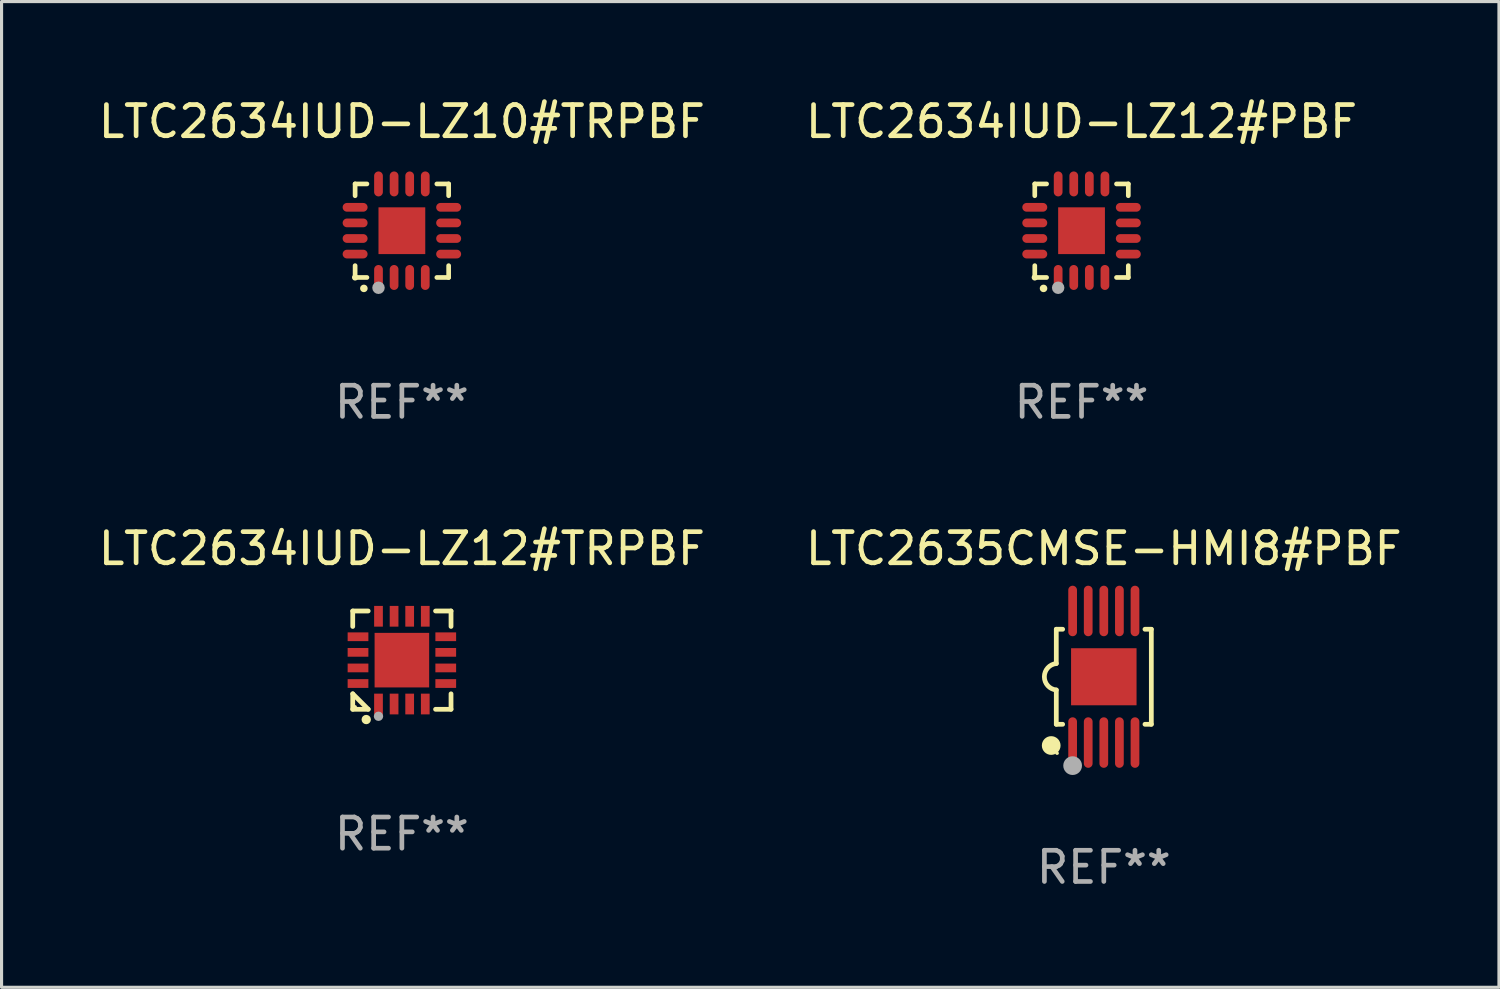
<source format=kicad_pcb>
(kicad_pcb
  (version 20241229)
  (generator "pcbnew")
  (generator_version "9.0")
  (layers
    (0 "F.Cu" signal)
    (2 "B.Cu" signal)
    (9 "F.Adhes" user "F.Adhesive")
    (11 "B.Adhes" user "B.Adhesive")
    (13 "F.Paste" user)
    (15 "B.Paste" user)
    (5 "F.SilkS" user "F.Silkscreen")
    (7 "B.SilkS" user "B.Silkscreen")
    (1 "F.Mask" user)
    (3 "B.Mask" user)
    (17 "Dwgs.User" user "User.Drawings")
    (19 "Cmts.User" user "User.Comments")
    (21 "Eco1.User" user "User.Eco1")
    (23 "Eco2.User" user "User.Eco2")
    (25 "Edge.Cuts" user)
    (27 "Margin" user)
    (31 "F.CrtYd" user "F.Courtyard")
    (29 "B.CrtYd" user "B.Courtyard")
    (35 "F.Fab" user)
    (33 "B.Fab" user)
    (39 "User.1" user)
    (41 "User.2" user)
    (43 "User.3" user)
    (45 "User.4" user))
  (footprint "LTC2634IUD-LZ12#PBF"
    (layer "F.Cu")
    (at 31.637 4.349)
    (property "Reference" "LTC2634IUD-LZ12#PBF" (at 0 -3.5 0) (layer "F.SilkS") (effects (font (size 1 1) (thickness 0.15))))
    (attr through_hole)
    (fp_line (start -1.5 -1.5) (end -1.121 -1.5) (stroke (width 0.15) (type solid)) (layer "F.SilkS"))
    (fp_line (start -1.5 -1.122) (end -1.5 -1.5) (stroke (width 0.15) (type solid)) (layer "F.SilkS"))
    (fp_line (start -1.5 1.5) (end -1.5 1.121) (stroke (width 0.15) (type solid)) (layer "F.SilkS"))
    (fp_line (start -1.121 1.5) (end -1.5 1.5) (stroke (width 0.15) (type solid)) (layer "F.SilkS"))
    (fp_line (start 1.121 -1.5) (end 1.5 -1.5) (stroke (width 0.15) (type solid)) (layer "F.SilkS"))
    (fp_line (start 1.5 -1.5) (end 1.5 -1.122) (stroke (width 0.15) (type solid)) (layer "F.SilkS"))
    (fp_line (start 1.5 1.121) (end 1.5 1.5) (stroke (width 0.15) (type solid)) (layer "F.SilkS"))
    (fp_line (start 1.5 1.5) (end 1.121 1.5) (stroke (width 0.15) (type solid)) (layer "F.SilkS"))
    (fp_arc (start -1.219926 1.850254) (mid -1.21891 1.85025) (end -1.217894 1.850254) (stroke (width 0.240005) (type solid)) (layer "F.SilkS"))
    (fp_circle (center -1.5 1.5) (end -1.45 1.5) (stroke (width 0.1) (type solid)) (fill no) (layer "F.SilkS"))
    (fp_circle (center -0.75 1.83) (end -0.65 1.83) (stroke (width 0.2) (type solid)) (fill no) (layer "F.Fab"))
    (fp_text user "REF**" (at 0 5.5 0) (layer "F.Fab") (effects (font (size 1 1) (thickness 0.15))))
    (pad "1" smd oval (at -0.75 1.5) (size 0.28 0.8) (layers "F.Cu" "F.Mask" "F.Paste"))
    (pad "2" smd oval (at -0.25 1.5) (size 0.28 0.8) (layers "F.Cu" "F.Mask" "F.Paste"))
    (pad "3" smd oval (at 0.25 1.5) (size 0.28 0.8) (layers "F.Cu" "F.Mask" "F.Paste"))
    (pad "4" smd oval (at 0.75 1.5) (size 0.28 0.8) (layers "F.Cu" "F.Mask" "F.Paste"))
    (pad "5" smd oval (at 1.5 0.75) (size 0.8 0.28) (layers "F.Cu" "F.Mask" "F.Paste"))
    (pad "6" smd oval (at 1.5 0.25) (size 0.8 0.28) (layers "F.Cu" "F.Mask" "F.Paste"))
    (pad "7" smd oval (at 1.5 -0.25) (size 0.8 0.28) (layers "F.Cu" "F.Mask" "F.Paste"))
    (pad "8" smd oval (at 1.5 -0.75) (size 0.8 0.28) (layers "F.Cu" "F.Mask" "F.Paste"))
    (pad "9" smd oval (at 0.75 -1.5) (size 0.28 0.8) (layers "F.Cu" "F.Mask" "F.Paste"))
    (pad "10" smd oval (at 0.25 -1.5) (size 0.28 0.8) (layers "F.Cu" "F.Mask" "F.Paste"))
    (pad "11" smd oval (at -0.25 -1.5) (size 0.28 0.8) (layers "F.Cu" "F.Mask" "F.Paste"))
    (pad "12" smd oval (at -0.75 -1.5) (size 0.28 0.8) (layers "F.Cu" "F.Mask" "F.Paste"))
    (pad "13" smd oval (at -1.5 -0.75) (size 0.8 0.28) (layers "F.Cu" "F.Mask" "F.Paste"))
    (pad "14" smd oval (at -1.5 -0.25) (size 0.8 0.28) (layers "F.Cu" "F.Mask" "F.Paste"))
    (pad "15" smd oval (at -1.5 0.25) (size 0.8 0.28) (layers "F.Cu" "F.Mask" "F.Paste"))
    (pad "16" smd oval (at -1.5 0.75) (size 0.8 0.28) (layers "F.Cu" "F.Mask" "F.Paste"))
    (pad "17" smd rect (at -0.000064 0.000165) (size 1.5 1.5) (layers "F.Cu" "F.Mask" "F.Paste")))
  (footprint "LTC2635CMSE-HMI8#PBF"
    (layer "F.Cu")
    (at 32.351 18.655)
    (property "Reference" "LTC2635CMSE-HMI8#PBF" (at 0 -4.11 0) (layer "F.SilkS") (effects (font (size 1 1) (thickness 0.15))))
    (attr through_hole)
    (fp_line (start -1.524 -1.524) (end -1.524 -0.424) (stroke (width 0.152) (type solid)) (layer "F.SilkS"))
    (fp_line (start -1.524 1.524) (end -1.524 0.424) (stroke (width 0.152) (type solid)) (layer "F.SilkS"))
    (fp_line (start -1.524 1.524) (end -1.32 1.524) (stroke (width 0.152) (type solid)) (layer "F.SilkS"))
    (fp_line (start -1.32 -1.524) (end -1.524 -1.524) (stroke (width 0.152) (type solid)) (layer "F.SilkS"))
    (fp_line (start 1.32 1.524) (end 1.524 1.524) (stroke (width 0.152) (type solid)) (layer "F.SilkS"))
    (fp_line (start 1.524 -1.524) (end 1.32 -1.524) (stroke (width 0.152) (type solid)) (layer "F.SilkS"))
    (fp_line (start 1.524 1.524) (end 1.524 -1.524) (stroke (width 0.152) (type solid)) (layer "F.SilkS"))
    (fp_arc (start -1.524003 0.424003) (mid -1.906663 -0.000089) (end -1.524004 -0.424181) (stroke (width 0.151994) (type solid)) (layer "F.SilkS"))
    (fp_circle (center -1.687 2.205) (end -1.537 2.205) (stroke (width 0.3) (type solid)) (fill no) (layer "F.SilkS"))
    (fp_circle (center -1.5 2.45) (end -1.47 2.45) (stroke (width 0.06) (type solid)) (fill no) (layer "F.SilkS"))
    (fp_circle (center -1 2.85) (end -0.85 2.85) (stroke (width 0.3) (type solid)) (fill no) (layer "F.Fab"))
    (fp_text user "REF**" (at 0 6.11 0) (layer "F.Fab") (effects (font (size 1 1) (thickness 0.15))))
    (pad "1" smd oval (at -1 2.11) (size 0.28 1.62) (layers "F.Cu" "F.Mask" "F.Paste"))
    (pad "2" smd oval (at -0.5 2.11) (size 0.28 1.62) (layers "F.Cu" "F.Mask" "F.Paste"))
    (pad "3" smd oval (at 0 2.11) (size 0.28 1.62) (layers "F.Cu" "F.Mask" "F.Paste"))
    (pad "4" smd oval (at 0.5 2.11) (size 0.28 1.62) (layers "F.Cu" "F.Mask" "F.Paste"))
    (pad "5" smd oval (at 1 2.11) (size 0.28 1.62) (layers "F.Cu" "F.Mask" "F.Paste"))
    (pad "6" smd oval (at 1 -2.11) (size 0.28 1.62) (layers "F.Cu" "F.Mask" "F.Paste"))
    (pad "7" smd oval (at 0.5 -2.11) (size 0.28 1.62) (layers "F.Cu" "F.Mask" "F.Paste"))
    (pad "8" smd oval (at 0 -2.11) (size 0.28 1.62) (layers "F.Cu" "F.Mask" "F.Paste"))
    (pad "9" smd oval (at -0.5 -2.11) (size 0.28 1.62) (layers "F.Cu" "F.Mask" "F.Paste"))
    (pad "10" smd oval (at -1 -2.11) (size 0.28 1.62) (layers "F.Cu" "F.Mask" "F.Paste"))
    (pad "11" smd rect (at 0 0) (size 2.1 1.83) (layers "F.Cu" "F.Mask" "F.Paste")))
  (footprint "LTC2634IUD-LZ12#TRPBF"
    (layer "F.Cu")
    (at 9.839 18.122)
    (property "Reference" "LTC2634IUD-LZ12#TRPBF" (at 0 -3.576 0) (layer "F.SilkS") (effects (font (size 1 1) (thickness 0.15))))
    (attr through_hole)
    (fp_line (start -1.576 -1.576) (end -1.08 -1.576) (stroke (width 0.152) (type solid)) (layer "F.SilkS"))
    (fp_line (start -1.576 -1.08) (end -1.576 -1.576) (stroke (width 0.152) (type solid)) (layer "F.SilkS"))
    (fp_line (start -1.576 1.08) (end -1.576 1.576) (stroke (width 0.152) (type solid)) (layer "F.SilkS"))
    (fp_line (start -1.576 1.576) (end -1.08 1.576) (stroke (width 0.152) (type solid)) (layer "F.SilkS"))
    (fp_line (start -1.08 1.576) (end -1.576 1.08) (stroke (width 0.152) (type solid)) (layer "F.SilkS"))
    (fp_line (start 1.576 -1.576) (end 1.08 -1.576) (stroke (width 0.152) (type solid)) (layer "F.SilkS"))
    (fp_line (start 1.576 -1.08) (end 1.576 -1.576) (stroke (width 0.152) (type solid)) (layer "F.SilkS"))
    (fp_line (start 1.576 1.08) (end 1.576 1.576) (stroke (width 0.152) (type solid)) (layer "F.SilkS"))
    (fp_line (start 1.576 1.576) (end 1.08 1.576) (stroke (width 0.152) (type solid)) (layer "F.SilkS"))
    (fp_circle (center -1.5 1.5) (end -1.47 1.5) (stroke (width 0.06) (type solid)) (fill no) (layer "F.SilkS"))
    (fp_circle (center -1.143 1.905) (end -1.068 1.905) (stroke (width 0.15) (type solid)) (fill no) (layer "F.SilkS"))
    (fp_circle (center -0.75 1.8) (end -0.675 1.8) (stroke (width 0.15) (type solid)) (fill no) (layer "F.Fab"))
    (fp_text user "REF**" (at 0 5.576 0) (layer "F.Fab") (effects (font (size 1 1) (thickness 0.15))))
    (pad "1" smd rect (at -0.75 1.407) (size 0.28 0.665) (layers "F.Cu" "F.Mask" "F.Paste"))
    (pad "2" smd rect (at -0.25 1.407) (size 0.28 0.665) (layers "F.Cu" "F.Mask" "F.Paste"))
    (pad "3" smd rect (at 0.25 1.407) (size 0.28 0.665) (layers "F.Cu" "F.Mask" "F.Paste"))
    (pad "4" smd rect (at 0.75 1.407) (size 0.28 0.665) (layers "F.Cu" "F.Mask" "F.Paste"))
    (pad "5" smd rect (at 1.407 0.75) (size 0.665 0.28) (layers "F.Cu" "F.Mask" "F.Paste"))
    (pad "6" smd rect (at 1.407 0.25) (size 0.665 0.28) (layers "F.Cu" "F.Mask" "F.Paste"))
    (pad "7" smd rect (at 1.407 -0.25) (size 0.665 0.28) (layers "F.Cu" "F.Mask" "F.Paste"))
    (pad "8" smd rect (at 1.407 -0.75) (size 0.665 0.28) (layers "F.Cu" "F.Mask" "F.Paste"))
    (pad "9" smd rect (at 0.75 -1.407) (size 0.28 0.665) (layers "F.Cu" "F.Mask" "F.Paste"))
    (pad "10" smd rect (at 0.25 -1.407) (size 0.28 0.665) (layers "F.Cu" "F.Mask" "F.Paste"))
    (pad "11" smd rect (at -0.25 -1.407) (size 0.28 0.665) (layers "F.Cu" "F.Mask" "F.Paste"))
    (pad "12" smd rect (at -0.75 -1.407) (size 0.28 0.665) (layers "F.Cu" "F.Mask" "F.Paste"))
    (pad "13" smd rect (at -1.407 -0.75) (size 0.665 0.28) (layers "F.Cu" "F.Mask" "F.Paste"))
    (pad "14" smd rect (at -1.407 -0.25) (size 0.665 0.28) (layers "F.Cu" "F.Mask" "F.Paste"))
    (pad "15" smd rect (at -1.407 0.25) (size 0.665 0.28) (layers "F.Cu" "F.Mask" "F.Paste"))
    (pad "16" smd rect (at -1.407 0.75) (size 0.665 0.28) (layers "F.Cu" "F.Mask" "F.Paste"))
    (pad "17" smd rect (at 0 0) (size 1.75 1.75) (layers "F.Cu" "F.Mask" "F.Paste")))
  (footprint "LTC2634IUD-LZ10#TRPBF"
    (layer "F.Cu")
    (at 9.839 4.349)
    (property "Reference" "LTC2634IUD-LZ10#TRPBF" (at 0 -3.5 0) (layer "F.SilkS") (effects (font (size 1 1) (thickness 0.15))))
    (attr through_hole)
    (fp_line (start -1.5 -1.5) (end -1.121 -1.5) (stroke (width 0.15) (type solid)) (layer "F.SilkS"))
    (fp_line (start -1.5 -1.122) (end -1.5 -1.5) (stroke (width 0.15) (type solid)) (layer "F.SilkS"))
    (fp_line (start -1.5 1.5) (end -1.5 1.121) (stroke (width 0.15) (type solid)) (layer "F.SilkS"))
    (fp_line (start -1.121 1.5) (end -1.5 1.5) (stroke (width 0.15) (type solid)) (layer "F.SilkS"))
    (fp_line (start 1.121 -1.5) (end 1.5 -1.5) (stroke (width 0.15) (type solid)) (layer "F.SilkS"))
    (fp_line (start 1.5 -1.5) (end 1.5 -1.122) (stroke (width 0.15) (type solid)) (layer "F.SilkS"))
    (fp_line (start 1.5 1.121) (end 1.5 1.5) (stroke (width 0.15) (type solid)) (layer "F.SilkS"))
    (fp_line (start 1.5 1.5) (end 1.121 1.5) (stroke (width 0.15) (type solid)) (layer "F.SilkS"))
    (fp_arc (start -1.219926 1.850254) (mid -1.21891 1.85025) (end -1.217894 1.850254) (stroke (width 0.240005) (type solid)) (layer "F.SilkS"))
    (fp_circle (center -1.5 1.5) (end -1.45 1.5) (stroke (width 0.1) (type solid)) (fill no) (layer "F.SilkS"))
    (fp_circle (center -0.75 1.83) (end -0.65 1.83) (stroke (width 0.2) (type solid)) (fill no) (layer "F.Fab"))
    (fp_text user "REF**" (at 0 5.5 0) (layer "F.Fab") (effects (font (size 1 1) (thickness 0.15))))
    (pad "1" smd oval (at -0.75 1.5) (size 0.28 0.8) (layers "F.Cu" "F.Mask" "F.Paste"))
    (pad "2" smd oval (at -0.25 1.5) (size 0.28 0.8) (layers "F.Cu" "F.Mask" "F.Paste"))
    (pad "3" smd oval (at 0.25 1.5) (size 0.28 0.8) (layers "F.Cu" "F.Mask" "F.Paste"))
    (pad "4" smd oval (at 0.75 1.5) (size 0.28 0.8) (layers "F.Cu" "F.Mask" "F.Paste"))
    (pad "5" smd oval (at 1.5 0.75) (size 0.8 0.28) (layers "F.Cu" "F.Mask" "F.Paste"))
    (pad "6" smd oval (at 1.5 0.25) (size 0.8 0.28) (layers "F.Cu" "F.Mask" "F.Paste"))
    (pad "7" smd oval (at 1.5 -0.25) (size 0.8 0.28) (layers "F.Cu" "F.Mask" "F.Paste"))
    (pad "8" smd oval (at 1.5 -0.75) (size 0.8 0.28) (layers "F.Cu" "F.Mask" "F.Paste"))
    (pad "9" smd oval (at 0.75 -1.5) (size 0.28 0.8) (layers "F.Cu" "F.Mask" "F.Paste"))
    (pad "10" smd oval (at 0.25 -1.5) (size 0.28 0.8) (layers "F.Cu" "F.Mask" "F.Paste"))
    (pad "11" smd oval (at -0.25 -1.5) (size 0.28 0.8) (layers "F.Cu" "F.Mask" "F.Paste"))
    (pad "12" smd oval (at -0.75 -1.5) (size 0.28 0.8) (layers "F.Cu" "F.Mask" "F.Paste"))
    (pad "13" smd oval (at -1.5 -0.75) (size 0.8 0.28) (layers "F.Cu" "F.Mask" "F.Paste"))
    (pad "14" smd oval (at -1.5 -0.25) (size 0.8 0.28) (layers "F.Cu" "F.Mask" "F.Paste"))
    (pad "15" smd oval (at -1.5 0.25) (size 0.8 0.28) (layers "F.Cu" "F.Mask" "F.Paste"))
    (pad "16" smd oval (at -1.5 0.75) (size 0.8 0.28) (layers "F.Cu" "F.Mask" "F.Paste"))
    (pad "17" smd rect (at -0.000064 0.000165) (size 1.5 1.5) (layers "F.Cu" "F.Mask" "F.Paste")))
  (gr_rect
    (start -3 -3)
    (end 45.024 28.614)
    (stroke (width 0.1) (type default))
    (fill no)
    (layer "Edge.Cuts")))
</source>
